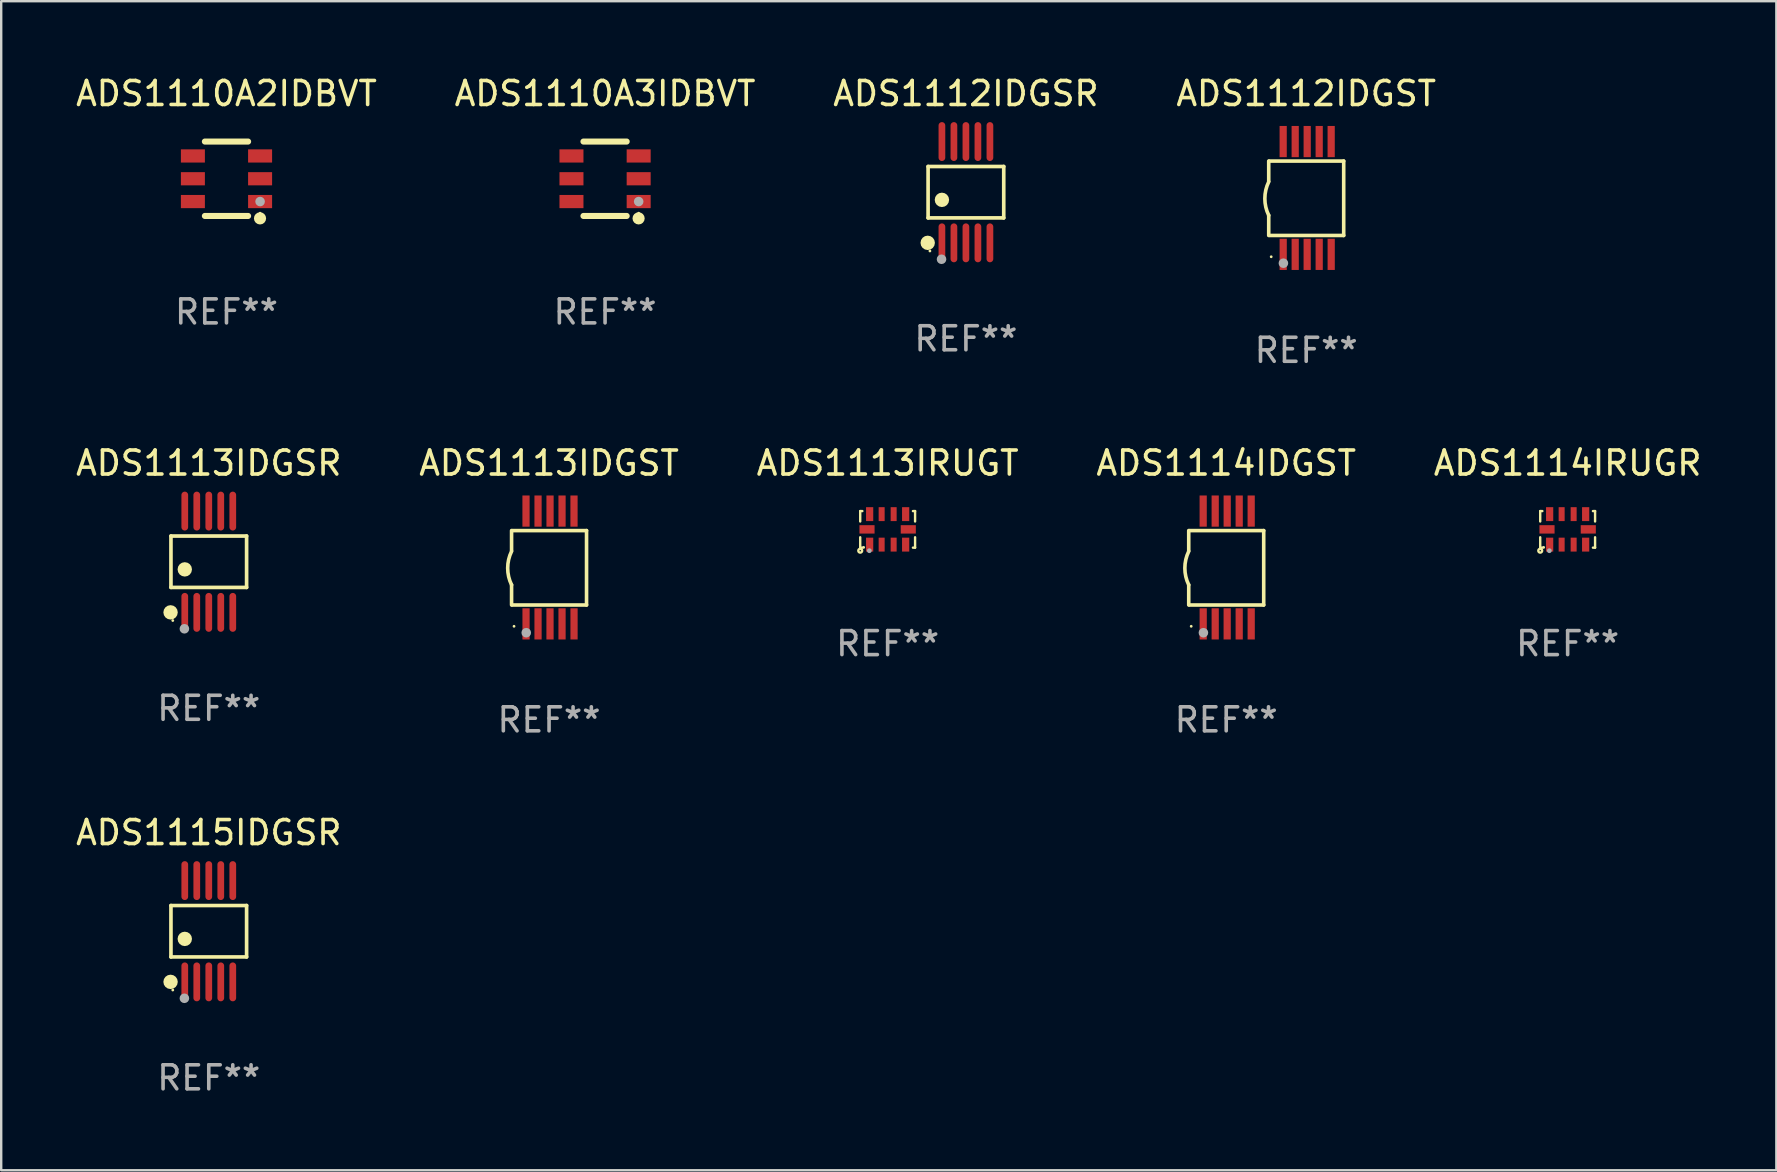
<source format=kicad_pcb>
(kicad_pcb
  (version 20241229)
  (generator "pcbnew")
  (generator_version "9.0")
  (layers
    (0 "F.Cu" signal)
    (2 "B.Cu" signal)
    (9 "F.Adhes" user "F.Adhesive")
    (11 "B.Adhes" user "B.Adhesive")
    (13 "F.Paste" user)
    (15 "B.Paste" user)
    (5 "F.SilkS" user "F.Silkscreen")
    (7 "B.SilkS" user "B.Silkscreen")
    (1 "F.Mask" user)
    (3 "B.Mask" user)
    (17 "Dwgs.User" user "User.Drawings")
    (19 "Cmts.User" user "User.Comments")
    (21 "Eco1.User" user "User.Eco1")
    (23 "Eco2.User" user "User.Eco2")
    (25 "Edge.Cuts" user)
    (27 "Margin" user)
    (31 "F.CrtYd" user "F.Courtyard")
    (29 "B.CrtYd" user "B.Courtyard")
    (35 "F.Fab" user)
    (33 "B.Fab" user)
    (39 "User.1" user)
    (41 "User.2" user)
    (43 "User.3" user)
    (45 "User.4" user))
  (footprint "ADS1112IDGSR"
    (layer "F.Cu")
    (at 37.196 4.958)
    (property "Reference" "ADS1112IDGSR" (at 0 -4.11 0) (layer "F.SilkS") (effects (font (size 1 1) (thickness 0.15))))
    (attr through_hole)
    (fp_line (start -1.576 -1.071) (end 1.576 -1.071) (stroke (width 0.152) (type solid)) (layer "F.SilkS"))
    (fp_line (start -1.576 1.071) (end -1.576 -1.071) (stroke (width 0.152) (type solid)) (layer "F.SilkS"))
    (fp_line (start 1.576 -1.071) (end 1.576 1.071) (stroke (width 0.152) (type solid)) (layer "F.SilkS"))
    (fp_line (start 1.576 1.071) (end -1.576 1.071) (stroke (width 0.152) (type solid)) (layer "F.SilkS"))
    (fp_circle (center -1.592 2.11) (end -1.442 2.11) (stroke (width 0.3) (type solid)) (fill no) (layer "F.SilkS"))
    (fp_circle (center -1.5 2.45) (end -1.47 2.45) (stroke (width 0.06) (type solid)) (fill no) (layer "F.SilkS"))
    (fp_circle (center -1 0.319) (end -0.85 0.319) (stroke (width 0.3) (type solid)) (fill no) (layer "F.SilkS"))
    (fp_circle (center -1.016 2.794) (end -0.916 2.794) (stroke (width 0.2) (type solid)) (fill no) (layer "F.Fab"))
    (fp_text user "REF**" (at 0 6.11 0) (layer "F.Fab") (effects (font (size 1 1) (thickness 0.15))))
    (pad "1" smd oval (at -1 2.11) (size 0.28 1.62) (layers "F.Cu" "F.Mask" "F.Paste"))
    (pad "2" smd oval (at -0.5 2.11) (size 0.28 1.62) (layers "F.Cu" "F.Mask" "F.Paste"))
    (pad "3" smd oval (at 0 2.11) (size 0.28 1.62) (layers "F.Cu" "F.Mask" "F.Paste"))
    (pad "4" smd oval (at 0.5 2.11) (size 0.28 1.62) (layers "F.Cu" "F.Mask" "F.Paste"))
    (pad "5" smd oval (at 1 2.11) (size 0.28 1.62) (layers "F.Cu" "F.Mask" "F.Paste"))
    (pad "6" smd oval (at 1 -2.11) (size 0.28 1.62) (layers "F.Cu" "F.Mask" "F.Paste"))
    (pad "7" smd oval (at 0.5 -2.11) (size 0.28 1.62) (layers "F.Cu" "F.Mask" "F.Paste"))
    (pad "8" smd oval (at 0 -2.11) (size 0.28 1.62) (layers "F.Cu" "F.Mask" "F.Paste"))
    (pad "9" smd oval (at -0.5 -2.11) (size 0.28 1.62) (layers "F.Cu" "F.Mask" "F.Paste"))
    (pad "10" smd oval (at -1 -2.11) (size 0.28 1.62) (layers "F.Cu" "F.Mask" "F.Paste")))
  (footprint "ADS1113IRUGT"
    (layer "F.Cu")
    (at 33.935 19.007)
    (property "Reference" "ADS1113IRUGT" (at 0 -2.762 0) (layer "F.SilkS") (effects (font (size 1 1) (thickness 0.15))))
    (attr through_hole)
    (fp_line (start -1.143 -0.762) (end -1.143 -0.329) (stroke (width 0.1) (type solid)) (layer "F.SilkS"))
    (fp_line (start -1.143 0.329) (end -1.143 0.762) (stroke (width 0.1) (type solid)) (layer "F.SilkS"))
    (fp_line (start -1.143 0.762) (end -1.054 0.762) (stroke (width 0.1) (type solid)) (layer "F.SilkS"))
    (fp_line (start -1.054 -0.762) (end -1.143 -0.762) (stroke (width 0.1) (type solid)) (layer "F.SilkS"))
    (fp_line (start 1.054 0.762) (end 1.143 0.762) (stroke (width 0.1) (type solid)) (layer "F.SilkS"))
    (fp_line (start 1.143 -0.762) (end 1.054 -0.762) (stroke (width 0.1) (type solid)) (layer "F.SilkS"))
    (fp_line (start 1.143 -0.329) (end 1.143 -0.762) (stroke (width 0.1) (type solid)) (layer "F.SilkS"))
    (fp_line (start 1.143 0.762) (end 1.143 0.329) (stroke (width 0.1) (type solid)) (layer "F.SilkS"))
    (fp_circle (center -1.143 0.889) (end -1.063 0.889) (stroke (width 0.1) (type solid)) (fill no) (layer "F.SilkS"))
    (fp_circle (center -1 0.75) (end -0.97 0.75) (stroke (width 0.06) (type solid)) (fill no) (layer "F.SilkS"))
    (fp_circle (center -0.762 0.889) (end -0.712 0.889) (stroke (width 0.1) (type solid)) (fill no) (layer "F.Fab"))
    (fp_text user "REF**" (at 0 4.762 0) (layer "F.Fab") (effects (font (size 1 1) (thickness 0.15))))
    (pad "1" smd rect (at -0.75 0.635) (size 0.3 0.58) (layers "F.Cu" "F.Mask" "F.Paste"))
    (pad "2" smd rect (at -0.25 0.635) (size 0.25 0.58) (layers "F.Cu" "F.Mask" "F.Paste"))
    (pad "3" smd rect (at 0.25 0.635) (size 0.25 0.58) (layers "F.Cu" "F.Mask" "F.Paste"))
    (pad "4" smd rect (at 0.75 0.635) (size 0.3 0.58) (layers "F.Cu" "F.Mask" "F.Paste"))
    (pad "5" smd rect (at 0.86 0 90) (size 0.35 0.63) (layers "F.Cu" "F.Mask" "F.Paste"))
    (pad "6" smd rect (at 0.75 -0.635) (size 0.3 0.58) (layers "F.Cu" "F.Mask" "F.Paste"))
    (pad "7" smd rect (at 0.25 -0.635) (size 0.25 0.58) (layers "F.Cu" "F.Mask" "F.Paste"))
    (pad "8" smd rect (at -0.25 -0.635) (size 0.25 0.58) (layers "F.Cu" "F.Mask" "F.Paste"))
    (pad "9" smd rect (at -0.75 -0.635) (size 0.3 0.58) (layers "F.Cu" "F.Mask" "F.Paste"))
    (pad "10" smd rect (at -0.86 0 90) (size 0.35 0.63) (layers "F.Cu" "F.Mask" "F.Paste")))
  (footprint "ADS1110A3IDBVT"
    (layer "F.Cu")
    (at 22.161 4.398)
    (property "Reference" "ADS1110A3IDBVT" (at 0 -3.55 0) (layer "F.SilkS") (effects (font (size 1 1) (thickness 0.15))))
    (attr through_hole)
    (fp_line (start -0.9 -1.55) (end 0.9 -1.55) (stroke (width 0.254) (type solid)) (layer "F.SilkS"))
    (fp_line (start -0.9 1.55) (end 0.9 1.55) (stroke (width 0.254) (type solid)) (layer "F.SilkS"))
    (fp_circle (center 1.397 1.651) (end 1.524 1.651) (stroke (width 0.254) (type solid)) (fill no) (layer "F.SilkS"))
    (fp_circle (center 1.4 1.435) (end 1.43 1.435) (stroke (width 0.06) (type solid)) (fill no) (layer "F.SilkS"))
    (fp_circle (center 1.4 0.95) (end 1.5 0.95) (stroke (width 0.2) (type solid)) (fill no) (layer "F.Fab"))
    (fp_text user "REF**" (at 0 5.55 0) (layer "F.Fab") (effects (font (size 1 1) (thickness 0.15))))
    (pad "1" smd rect (at 1.4 0.95) (size 1 0.55) (layers "F.Cu" "F.Mask" "F.Paste"))
    (pad "2" smd rect (at 1.4 -0.000102) (size 1 0.55) (layers "F.Cu" "F.Mask" "F.Paste"))
    (pad "3" smd rect (at 1.4 -0.95) (size 1 0.55) (layers "F.Cu" "F.Mask" "F.Paste"))
    (pad "4" smd rect (at -1.4 -0.95) (size 1 0.55) (layers "F.Cu" "F.Mask" "F.Paste"))
    (pad "5" smd rect (at -1.4 -0.000102) (size 1 0.55) (layers "F.Cu" "F.Mask" "F.Paste"))
    (pad "6" smd rect (at -1.4 0.95) (size 1 0.55) (layers "F.Cu" "F.Mask" "F.Paste")))
  (footprint "ADS1115IDGSR"
    (layer "F.Cu")
    (at 5.649 35.751)
    (property "Reference" "ADS1115IDGSR" (at 0 -4.11 0) (layer "F.SilkS") (effects (font (size 1 1) (thickness 0.15))))
    (attr through_hole)
    (fp_line (start -1.576 -1.071) (end 1.576 -1.071) (stroke (width 0.152) (type solid)) (layer "F.SilkS"))
    (fp_line (start -1.576 1.071) (end -1.576 -1.071) (stroke (width 0.152) (type solid)) (layer "F.SilkS"))
    (fp_line (start 1.576 -1.071) (end 1.576 1.071) (stroke (width 0.152) (type solid)) (layer "F.SilkS"))
    (fp_line (start 1.576 1.071) (end -1.576 1.071) (stroke (width 0.152) (type solid)) (layer "F.SilkS"))
    (fp_circle (center -1.592 2.11) (end -1.442 2.11) (stroke (width 0.3) (type solid)) (fill no) (layer "F.SilkS"))
    (fp_circle (center -1.5 2.45) (end -1.47 2.45) (stroke (width 0.06) (type solid)) (fill no) (layer "F.SilkS"))
    (fp_circle (center -1 0.319) (end -0.85 0.319) (stroke (width 0.3) (type solid)) (fill no) (layer "F.SilkS"))
    (fp_circle (center -1.016 2.794) (end -0.916 2.794) (stroke (width 0.2) (type solid)) (fill no) (layer "F.Fab"))
    (fp_text user "REF**" (at 0 6.11 0) (layer "F.Fab") (effects (font (size 1 1) (thickness 0.15))))
    (pad "1" smd oval (at -1 2.11) (size 0.28 1.62) (layers "F.Cu" "F.Mask" "F.Paste"))
    (pad "2" smd oval (at -0.5 2.11) (size 0.28 1.62) (layers "F.Cu" "F.Mask" "F.Paste"))
    (pad "3" smd oval (at 0 2.11) (size 0.28 1.62) (layers "F.Cu" "F.Mask" "F.Paste"))
    (pad "4" smd oval (at 0.5 2.11) (size 0.28 1.62) (layers "F.Cu" "F.Mask" "F.Paste"))
    (pad "5" smd oval (at 1 2.11) (size 0.28 1.62) (layers "F.Cu" "F.Mask" "F.Paste"))
    (pad "6" smd oval (at 1 -2.11) (size 0.28 1.62) (layers "F.Cu" "F.Mask" "F.Paste"))
    (pad "7" smd oval (at 0.5 -2.11) (size 0.28 1.62) (layers "F.Cu" "F.Mask" "F.Paste"))
    (pad "8" smd oval (at 0 -2.11) (size 0.28 1.62) (layers "F.Cu" "F.Mask" "F.Paste"))
    (pad "9" smd oval (at -0.5 -2.11) (size 0.28 1.62) (layers "F.Cu" "F.Mask" "F.Paste"))
    (pad "10" smd oval (at -1 -2.11) (size 0.28 1.62) (layers "F.Cu" "F.Mask" "F.Paste")))
  (footprint "ADS1113IDGST"
    (layer "F.Cu")
    (at 19.827 20.595)
    (property "Reference" "ADS1113IDGST" (at 0 -4.35 0) (layer "F.SilkS") (effects (font (size 1 1) (thickness 0.15))))
    (attr through_hole)
    (fp_line (start -1.562 -1.537) (end -1.562 -0.698) (stroke (width 0.15) (type solid)) (layer "F.SilkS"))
    (fp_line (start -1.562 0.724) (end -1.562 1.562) (stroke (width 0.15) (type solid)) (layer "F.SilkS"))
    (fp_line (start -1.538 -1.537) (end 1.562 -1.537) (stroke (width 0.15) (type solid)) (layer "F.SilkS"))
    (fp_line (start -1.538 1.562) (end 1.562 1.562) (stroke (width 0.15) (type solid)) (layer "F.SilkS"))
    (fp_line (start 1.562 1.564) (end 1.562 -1.537) (stroke (width 0.15) (type solid)) (layer "F.SilkS"))
    (fp_arc (start -1.562103 0.724079) (mid -1.723579 0.025578) (end -1.562103 -0.672924) (stroke (width 0.150013) (type solid)) (layer "F.SilkS"))
    (fp_circle (center -1.459 2.45) (end -1.429 2.45) (stroke (width 0.06) (type solid)) (fill no) (layer "F.SilkS"))
    (fp_circle (center -0.95 2.718) (end -0.85 2.718) (stroke (width 0.2) (type solid)) (fill no) (layer "F.Fab"))
    (fp_text user "REF**" (at 0 6.35 0) (layer "F.Fab") (effects (font (size 1 1) (thickness 0.15))))
    (pad "1" smd rect (at -0.959 2.35) (size 0.3 1.3) (layers "F.Cu" "F.Mask" "F.Paste"))
    (pad "2" smd rect (at -0.459 2.35) (size 0.3 1.3) (layers "F.Cu" "F.Mask" "F.Paste"))
    (pad "3" smd rect (at 0.04 2.35) (size 0.3 1.3) (layers "F.Cu" "F.Mask" "F.Paste"))
    (pad "4" smd rect (at 0.541 2.35) (size 0.3 1.3) (layers "F.Cu" "F.Mask" "F.Paste"))
    (pad "5" smd rect (at 1.041 2.35) (size 0.3 1.3) (layers "F.Cu" "F.Mask" "F.Paste"))
    (pad "6" smd rect (at 1.04 -2.35) (size 0.3 1.3) (layers "F.Cu" "F.Mask" "F.Paste"))
    (pad "7" smd rect (at 0.541 -2.35) (size 0.3 1.3) (layers "F.Cu" "F.Mask" "F.Paste"))
    (pad "8" smd rect (at 0.041 -2.35) (size 0.3 1.3) (layers "F.Cu" "F.Mask" "F.Paste"))
    (pad "9" smd rect (at -0.459 -2.35) (size 0.3 1.3) (layers "F.Cu" "F.Mask" "F.Paste"))
    (pad "10" smd rect (at -0.96 -2.35) (size 0.3 1.3) (layers "F.Cu" "F.Mask" "F.Paste")))
  (footprint "ADS1113IDGSR"
    (layer "F.Cu")
    (at 5.649 20.355)
    (property "Reference" "ADS1113IDGSR" (at 0 -4.11 0) (layer "F.SilkS") (effects (font (size 1 1) (thickness 0.15))))
    (attr through_hole)
    (fp_line (start -1.576 -1.071) (end 1.576 -1.071) (stroke (width 0.152) (type solid)) (layer "F.SilkS"))
    (fp_line (start -1.576 1.071) (end -1.576 -1.071) (stroke (width 0.152) (type solid)) (layer "F.SilkS"))
    (fp_line (start 1.576 -1.071) (end 1.576 1.071) (stroke (width 0.152) (type solid)) (layer "F.SilkS"))
    (fp_line (start 1.576 1.071) (end -1.576 1.071) (stroke (width 0.152) (type solid)) (layer "F.SilkS"))
    (fp_circle (center -1.592 2.11) (end -1.442 2.11) (stroke (width 0.3) (type solid)) (fill no) (layer "F.SilkS"))
    (fp_circle (center -1.5 2.45) (end -1.47 2.45) (stroke (width 0.06) (type solid)) (fill no) (layer "F.SilkS"))
    (fp_circle (center -1 0.319) (end -0.85 0.319) (stroke (width 0.3) (type solid)) (fill no) (layer "F.SilkS"))
    (fp_circle (center -1.016 2.794) (end -0.916 2.794) (stroke (width 0.2) (type solid)) (fill no) (layer "F.Fab"))
    (fp_text user "REF**" (at 0 6.11 0) (layer "F.Fab") (effects (font (size 1 1) (thickness 0.15))))
    (pad "1" smd oval (at -1 2.11) (size 0.28 1.62) (layers "F.Cu" "F.Mask" "F.Paste"))
    (pad "2" smd oval (at -0.5 2.11) (size 0.28 1.62) (layers "F.Cu" "F.Mask" "F.Paste"))
    (pad "3" smd oval (at 0 2.11) (size 0.28 1.62) (layers "F.Cu" "F.Mask" "F.Paste"))
    (pad "4" smd oval (at 0.5 2.11) (size 0.28 1.62) (layers "F.Cu" "F.Mask" "F.Paste"))
    (pad "5" smd oval (at 1 2.11) (size 0.28 1.62) (layers "F.Cu" "F.Mask" "F.Paste"))
    (pad "6" smd oval (at 1 -2.11) (size 0.28 1.62) (layers "F.Cu" "F.Mask" "F.Paste"))
    (pad "7" smd oval (at 0.5 -2.11) (size 0.28 1.62) (layers "F.Cu" "F.Mask" "F.Paste"))
    (pad "8" smd oval (at 0 -2.11) (size 0.28 1.62) (layers "F.Cu" "F.Mask" "F.Paste"))
    (pad "9" smd oval (at -0.5 -2.11) (size 0.28 1.62) (layers "F.Cu" "F.Mask" "F.Paste"))
    (pad "10" smd oval (at -1 -2.11) (size 0.28 1.62) (layers "F.Cu" "F.Mask" "F.Paste")))
  (footprint "ADS1114IDGST"
    (layer "F.Cu")
    (at 48.042 20.595)
    (property "Reference" "ADS1114IDGST" (at 0 -4.35 0) (layer "F.SilkS") (effects (font (size 1 1) (thickness 0.15))))
    (attr through_hole)
    (fp_line (start -1.562 -1.537) (end -1.562 -0.698) (stroke (width 0.15) (type solid)) (layer "F.SilkS"))
    (fp_line (start -1.562 0.724) (end -1.562 1.562) (stroke (width 0.15) (type solid)) (layer "F.SilkS"))
    (fp_line (start -1.538 -1.537) (end 1.562 -1.537) (stroke (width 0.15) (type solid)) (layer "F.SilkS"))
    (fp_line (start -1.538 1.562) (end 1.562 1.562) (stroke (width 0.15) (type solid)) (layer "F.SilkS"))
    (fp_line (start 1.562 1.564) (end 1.562 -1.537) (stroke (width 0.15) (type solid)) (layer "F.SilkS"))
    (fp_arc (start -1.562103 0.724079) (mid -1.723579 0.025578) (end -1.562103 -0.672924) (stroke (width 0.150013) (type solid)) (layer "F.SilkS"))
    (fp_circle (center -1.459 2.45) (end -1.429 2.45) (stroke (width 0.06) (type solid)) (fill no) (layer "F.SilkS"))
    (fp_circle (center -0.95 2.718) (end -0.85 2.718) (stroke (width 0.2) (type solid)) (fill no) (layer "F.Fab"))
    (fp_text user "REF**" (at 0 6.35 0) (layer "F.Fab") (effects (font (size 1 1) (thickness 0.15))))
    (pad "1" smd rect (at -0.959 2.35) (size 0.3 1.3) (layers "F.Cu" "F.Mask" "F.Paste"))
    (pad "2" smd rect (at -0.459 2.35) (size 0.3 1.3) (layers "F.Cu" "F.Mask" "F.Paste"))
    (pad "3" smd rect (at 0.04 2.35) (size 0.3 1.3) (layers "F.Cu" "F.Mask" "F.Paste"))
    (pad "4" smd rect (at 0.541 2.35) (size 0.3 1.3) (layers "F.Cu" "F.Mask" "F.Paste"))
    (pad "5" smd rect (at 1.041 2.35) (size 0.3 1.3) (layers "F.Cu" "F.Mask" "F.Paste"))
    (pad "6" smd rect (at 1.04 -2.35) (size 0.3 1.3) (layers "F.Cu" "F.Mask" "F.Paste"))
    (pad "7" smd rect (at 0.541 -2.35) (size 0.3 1.3) (layers "F.Cu" "F.Mask" "F.Paste"))
    (pad "8" smd rect (at 0.041 -2.35) (size 0.3 1.3) (layers "F.Cu" "F.Mask" "F.Paste"))
    (pad "9" smd rect (at -0.459 -2.35) (size 0.3 1.3) (layers "F.Cu" "F.Mask" "F.Paste"))
    (pad "10" smd rect (at -0.96 -2.35) (size 0.3 1.3) (layers "F.Cu" "F.Mask" "F.Paste")))
  (footprint "ADS1110A2IDBVT"
    (layer "F.Cu")
    (at 6.387 4.398)
    (property "Reference" "ADS1110A2IDBVT" (at 0 -3.55 0) (layer "F.SilkS") (effects (font (size 1 1) (thickness 0.15))))
    (attr through_hole)
    (fp_line (start -0.9 -1.55) (end 0.9 -1.55) (stroke (width 0.254) (type solid)) (layer "F.SilkS"))
    (fp_line (start -0.9 1.55) (end 0.9 1.55) (stroke (width 0.254) (type solid)) (layer "F.SilkS"))
    (fp_circle (center 1.397 1.651) (end 1.524 1.651) (stroke (width 0.254) (type solid)) (fill no) (layer "F.SilkS"))
    (fp_circle (center 1.4 1.435) (end 1.43 1.435) (stroke (width 0.06) (type solid)) (fill no) (layer "F.SilkS"))
    (fp_circle (center 1.4 0.95) (end 1.5 0.95) (stroke (width 0.2) (type solid)) (fill no) (layer "F.Fab"))
    (fp_text user "REF**" (at 0 5.55 0) (layer "F.Fab") (effects (font (size 1 1) (thickness 0.15))))
    (pad "1" smd rect (at 1.4 0.95) (size 1 0.55) (layers "F.Cu" "F.Mask" "F.Paste"))
    (pad "2" smd rect (at 1.4 -0.000102) (size 1 0.55) (layers "F.Cu" "F.Mask" "F.Paste"))
    (pad "3" smd rect (at 1.4 -0.95) (size 1 0.55) (layers "F.Cu" "F.Mask" "F.Paste"))
    (pad "4" smd rect (at -1.4 -0.95) (size 1 0.55) (layers "F.Cu" "F.Mask" "F.Paste"))
    (pad "5" smd rect (at -1.4 -0.000102) (size 1 0.55) (layers "F.Cu" "F.Mask" "F.Paste"))
    (pad "6" smd rect (at -1.4 0.95) (size 1 0.55) (layers "F.Cu" "F.Mask" "F.Paste")))
  (footprint "ADS1114IRUGR"
    (layer "F.Cu")
    (at 62.268 19.007)
    (property "Reference" "ADS1114IRUGR" (at 0 -2.762 0) (layer "F.SilkS") (effects (font (size 1 1) (thickness 0.15))))
    (attr through_hole)
    (fp_line (start -1.143 -0.762) (end -1.143 -0.329) (stroke (width 0.1) (type solid)) (layer "F.SilkS"))
    (fp_line (start -1.143 0.329) (end -1.143 0.762) (stroke (width 0.1) (type solid)) (layer "F.SilkS"))
    (fp_line (start -1.143 0.762) (end -1.054 0.762) (stroke (width 0.1) (type solid)) (layer "F.SilkS"))
    (fp_line (start -1.054 -0.762) (end -1.143 -0.762) (stroke (width 0.1) (type solid)) (layer "F.SilkS"))
    (fp_line (start 1.054 0.762) (end 1.143 0.762) (stroke (width 0.1) (type solid)) (layer "F.SilkS"))
    (fp_line (start 1.143 -0.762) (end 1.054 -0.762) (stroke (width 0.1) (type solid)) (layer "F.SilkS"))
    (fp_line (start 1.143 -0.329) (end 1.143 -0.762) (stroke (width 0.1) (type solid)) (layer "F.SilkS"))
    (fp_line (start 1.143 0.762) (end 1.143 0.329) (stroke (width 0.1) (type solid)) (layer "F.SilkS"))
    (fp_circle (center -1.143 0.889) (end -1.063 0.889) (stroke (width 0.1) (type solid)) (fill no) (layer "F.SilkS"))
    (fp_circle (center -1 0.75) (end -0.97 0.75) (stroke (width 0.06) (type solid)) (fill no) (layer "F.SilkS"))
    (fp_circle (center -0.762 0.889) (end -0.712 0.889) (stroke (width 0.1) (type solid)) (fill no) (layer "F.Fab"))
    (fp_text user "REF**" (at 0 4.762 0) (layer "F.Fab") (effects (font (size 1 1) (thickness 0.15))))
    (pad "1" smd rect (at -0.75 0.635) (size 0.3 0.58) (layers "F.Cu" "F.Mask" "F.Paste"))
    (pad "2" smd rect (at -0.25 0.635) (size 0.25 0.58) (layers "F.Cu" "F.Mask" "F.Paste"))
    (pad "3" smd rect (at 0.25 0.635) (size 0.25 0.58) (layers "F.Cu" "F.Mask" "F.Paste"))
    (pad "4" smd rect (at 0.75 0.635) (size 0.3 0.58) (layers "F.Cu" "F.Mask" "F.Paste"))
    (pad "5" smd rect (at 0.86 0 90) (size 0.35 0.63) (layers "F.Cu" "F.Mask" "F.Paste"))
    (pad "6" smd rect (at 0.75 -0.635) (size 0.3 0.58) (layers "F.Cu" "F.Mask" "F.Paste"))
    (pad "7" smd rect (at 0.25 -0.635) (size 0.25 0.58) (layers "F.Cu" "F.Mask" "F.Paste"))
    (pad "8" smd rect (at -0.25 -0.635) (size 0.25 0.58) (layers "F.Cu" "F.Mask" "F.Paste"))
    (pad "9" smd rect (at -0.75 -0.635) (size 0.3 0.58) (layers "F.Cu" "F.Mask" "F.Paste"))
    (pad "10" smd rect (at -0.86 0 90) (size 0.35 0.63) (layers "F.Cu" "F.Mask" "F.Paste")))
  (footprint "ADS1112IDGST"
    (layer "F.Cu")
    (at 51.375 5.198)
    (property "Reference" "ADS1112IDGST" (at 0 -4.35 0) (layer "F.SilkS") (effects (font (size 1 1) (thickness 0.15))))
    (attr through_hole)
    (fp_line (start -1.562 -1.537) (end -1.562 -0.698) (stroke (width 0.15) (type solid)) (layer "F.SilkS"))
    (fp_line (start -1.562 0.724) (end -1.562 1.562) (stroke (width 0.15) (type solid)) (layer "F.SilkS"))
    (fp_line (start -1.538 -1.537) (end 1.562 -1.537) (stroke (width 0.15) (type solid)) (layer "F.SilkS"))
    (fp_line (start -1.538 1.562) (end 1.562 1.562) (stroke (width 0.15) (type solid)) (layer "F.SilkS"))
    (fp_line (start 1.562 1.564) (end 1.562 -1.537) (stroke (width 0.15) (type solid)) (layer "F.SilkS"))
    (fp_arc (start -1.562103 0.724079) (mid -1.723579 0.025578) (end -1.562103 -0.672924) (stroke (width 0.150013) (type solid)) (layer "F.SilkS"))
    (fp_circle (center -1.459 2.45) (end -1.429 2.45) (stroke (width 0.06) (type solid)) (fill no) (layer "F.SilkS"))
    (fp_circle (center -0.95 2.718) (end -0.85 2.718) (stroke (width 0.2) (type solid)) (fill no) (layer "F.Fab"))
    (fp_text user "REF**" (at 0 6.35 0) (layer "F.Fab") (effects (font (size 1 1) (thickness 0.15))))
    (pad "1" smd rect (at -0.959 2.35) (size 0.3 1.3) (layers "F.Cu" "F.Mask" "F.Paste"))
    (pad "2" smd rect (at -0.459 2.35) (size 0.3 1.3) (layers "F.Cu" "F.Mask" "F.Paste"))
    (pad "3" smd rect (at 0.04 2.35) (size 0.3 1.3) (layers "F.Cu" "F.Mask" "F.Paste"))
    (pad "4" smd rect (at 0.541 2.35) (size 0.3 1.3) (layers "F.Cu" "F.Mask" "F.Paste"))
    (pad "5" smd rect (at 1.041 2.35) (size 0.3 1.3) (layers "F.Cu" "F.Mask" "F.Paste"))
    (pad "6" smd rect (at 1.04 -2.35) (size 0.3 1.3) (layers "F.Cu" "F.Mask" "F.Paste"))
    (pad "7" smd rect (at 0.541 -2.35) (size 0.3 1.3) (layers "F.Cu" "F.Mask" "F.Paste"))
    (pad "8" smd rect (at 0.041 -2.35) (size 0.3 1.3) (layers "F.Cu" "F.Mask" "F.Paste"))
    (pad "9" smd rect (at -0.459 -2.35) (size 0.3 1.3) (layers "F.Cu" "F.Mask" "F.Paste"))
    (pad "10" smd rect (at -0.96 -2.35) (size 0.3 1.3) (layers "F.Cu" "F.Mask" "F.Paste")))
  (gr_rect
    (start -3 -3)
    (end 70.964 45.71)
    (stroke (width 0.1) (type default))
    (fill no)
    (layer "Edge.Cuts")))
</source>
